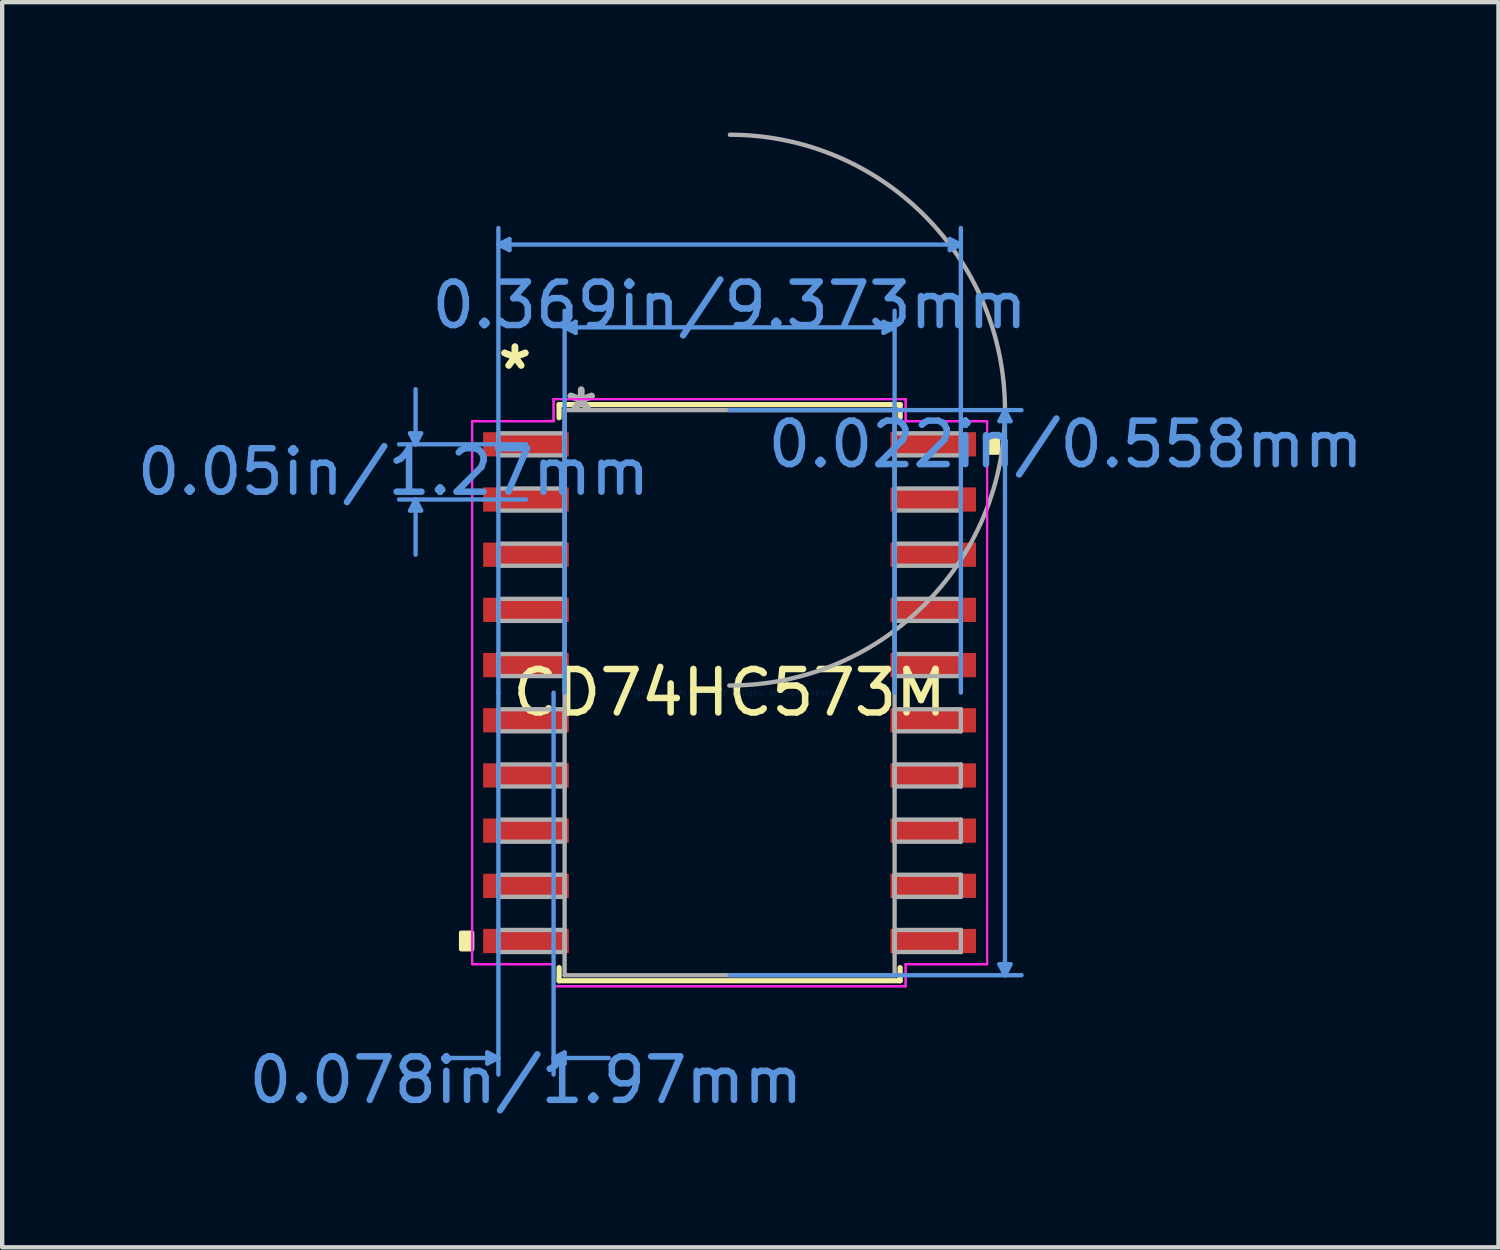
<source format=kicad_pcb>
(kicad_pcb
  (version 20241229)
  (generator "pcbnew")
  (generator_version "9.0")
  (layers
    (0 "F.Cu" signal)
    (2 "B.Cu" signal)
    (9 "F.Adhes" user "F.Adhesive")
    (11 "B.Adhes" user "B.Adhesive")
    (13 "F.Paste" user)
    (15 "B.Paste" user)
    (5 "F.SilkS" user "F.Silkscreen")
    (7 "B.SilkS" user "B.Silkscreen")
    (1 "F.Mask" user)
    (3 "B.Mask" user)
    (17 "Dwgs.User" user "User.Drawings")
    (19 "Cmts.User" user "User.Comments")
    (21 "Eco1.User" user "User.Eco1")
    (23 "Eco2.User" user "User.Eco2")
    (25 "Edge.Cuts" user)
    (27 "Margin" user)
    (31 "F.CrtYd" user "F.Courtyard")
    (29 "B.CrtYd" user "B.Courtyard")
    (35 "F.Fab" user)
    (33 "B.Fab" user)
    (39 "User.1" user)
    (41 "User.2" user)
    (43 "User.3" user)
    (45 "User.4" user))
  (footprint "CD74HC573M"
    (layer "F.Cu")
    (at 13.74 12.89)
    (property "Reference" "CD74HC573M" (at 0 0 0) (layer "F.SilkS") (effects (font (size 1 1) (thickness 0.15))))
    (attr through_hole)
    (fp_line (start -3.924 -6.629) (end -3.924 -6.327) (stroke (width 0.12) (type solid)) (layer "F.SilkS"))
    (fp_line (start -3.924 6.327) (end -3.924 6.629) (stroke (width 0.12) (type solid)) (layer "F.SilkS"))
    (fp_line (start -3.924 6.629) (end 3.924 6.629) (stroke (width 0.12) (type solid)) (layer "F.SilkS"))
    (fp_line (start 3.924 -6.629) (end -3.924 -6.629) (stroke (width 0.12) (type solid)) (layer "F.SilkS"))
    (fp_line (start 3.924 -6.327) (end 3.924 -6.629) (stroke (width 0.12) (type solid)) (layer "F.SilkS"))
    (fp_line (start 3.924 6.629) (end 3.924 6.327) (stroke (width 0.12) (type solid)) (layer "F.SilkS"))
    (fp_poly (pts (xy -6.179 5.524) (xy -6.179 5.905) (xy -5.925 5.905) (xy -5.925 5.524)) (stroke (width 0.1) (type solid)) (fill yes) (layer "F.SilkS"))
    (fp_poly (pts (xy 6.179 -5.905) (xy 6.179 -5.524) (xy 5.925 -5.524) (xy 5.925 -5.905)) (stroke (width 0.1) (type solid)) (fill yes) (layer "F.SilkS"))
    (fp_line (start -7.353 -5.969) (end -7.099 -5.969) (stroke (width 0.1) (type solid)) (layer "Cmts.User"))
    (fp_line (start -7.353 -4.191) (end -7.099 -4.191) (stroke (width 0.1) (type solid)) (layer "Cmts.User"))
    (fp_line (start -7.226 -5.715) (end -7.353 -5.969) (stroke (width 0.1) (type solid)) (layer "Cmts.User"))
    (fp_line (start -7.226 -5.715) (end -7.226 -6.985) (stroke (width 0.1) (type solid)) (layer "Cmts.User"))
    (fp_line (start -7.226 -5.715) (end -7.099 -5.969) (stroke (width 0.1) (type solid)) (layer "Cmts.User"))
    (fp_line (start -7.226 -4.445) (end -7.353 -4.191) (stroke (width 0.1) (type solid)) (layer "Cmts.User"))
    (fp_line (start -7.226 -4.445) (end -7.226 -3.175) (stroke (width 0.1) (type solid)) (layer "Cmts.User"))
    (fp_line (start -7.226 -4.445) (end -7.099 -4.191) (stroke (width 0.1) (type solid)) (layer "Cmts.User"))
    (fp_line (start -5.575 8.28) (end -5.575 8.534) (stroke (width 0.1) (type solid)) (layer "Cmts.User"))
    (fp_line (start -5.321 -10.312) (end -5.067 -10.439) (stroke (width 0.1) (type solid)) (layer "Cmts.User"))
    (fp_line (start -5.321 -10.312) (end -5.067 -10.185) (stroke (width 0.1) (type solid)) (layer "Cmts.User"))
    (fp_line (start -5.321 -10.312) (end 5.321 -10.312) (stroke (width 0.1) (type solid)) (layer "Cmts.User"))
    (fp_line (start -5.321 0) (end -5.321 -10.693) (stroke (width 0.1) (type solid)) (layer "Cmts.User"))
    (fp_line (start -5.321 0) (end -5.321 8.788) (stroke (width 0.1) (type solid)) (layer "Cmts.User"))
    (fp_line (start -5.321 8.407) (end -6.591 8.407) (stroke (width 0.1) (type solid)) (layer "Cmts.User"))
    (fp_line (start -5.321 8.407) (end -5.575 8.28) (stroke (width 0.1) (type solid)) (layer "Cmts.User"))
    (fp_line (start -5.321 8.407) (end -5.575 8.534) (stroke (width 0.1) (type solid)) (layer "Cmts.User"))
    (fp_line (start -5.067 -10.439) (end -5.067 -10.185) (stroke (width 0.1) (type solid)) (layer "Cmts.User"))
    (fp_line (start -4.686 -5.715) (end -7.607 -5.715) (stroke (width 0.1) (type solid)) (layer "Cmts.User"))
    (fp_line (start -4.686 -4.445) (end -7.607 -4.445) (stroke (width 0.1) (type solid)) (layer "Cmts.User"))
    (fp_line (start -4.051 0) (end -4.051 8.788) (stroke (width 0.1) (type solid)) (layer "Cmts.User"))
    (fp_line (start -4.051 8.407) (end -3.797 8.28) (stroke (width 0.1) (type solid)) (layer "Cmts.User"))
    (fp_line (start -4.051 8.407) (end -3.797 8.534) (stroke (width 0.1) (type solid)) (layer "Cmts.User"))
    (fp_line (start -4.051 8.407) (end -2.781 8.407) (stroke (width 0.1) (type solid)) (layer "Cmts.User"))
    (fp_line (start -3.797 -8.407) (end -3.543 -8.534) (stroke (width 0.1) (type solid)) (layer "Cmts.User"))
    (fp_line (start -3.797 -8.407) (end -3.543 -8.28) (stroke (width 0.1) (type solid)) (layer "Cmts.User"))
    (fp_line (start -3.797 -8.407) (end 3.797 -8.407) (stroke (width 0.1) (type solid)) (layer "Cmts.User"))
    (fp_line (start -3.797 0) (end -3.797 -8.788) (stroke (width 0.1) (type solid)) (layer "Cmts.User"))
    (fp_line (start -3.797 8.28) (end -3.797 8.534) (stroke (width 0.1) (type solid)) (layer "Cmts.User"))
    (fp_line (start -3.543 -8.534) (end -3.543 -8.28) (stroke (width 0.1) (type solid)) (layer "Cmts.User"))
    (fp_line (start 0 -6.502) (end 6.718 -6.502) (stroke (width 0.1) (type solid)) (layer "Cmts.User"))
    (fp_line (start 0 6.502) (end 6.718 6.502) (stroke (width 0.1) (type solid)) (layer "Cmts.User"))
    (fp_line (start 3.543 -8.534) (end 3.543 -8.28) (stroke (width 0.1) (type solid)) (layer "Cmts.User"))
    (fp_line (start 3.797 -8.407) (end 3.543 -8.534) (stroke (width 0.1) (type solid)) (layer "Cmts.User"))
    (fp_line (start 3.797 -8.407) (end 3.543 -8.28) (stroke (width 0.1) (type solid)) (layer "Cmts.User"))
    (fp_line (start 3.797 0) (end 3.797 -8.788) (stroke (width 0.1) (type solid)) (layer "Cmts.User"))
    (fp_line (start 5.067 -10.439) (end 5.067 -10.185) (stroke (width 0.1) (type solid)) (layer "Cmts.User"))
    (fp_line (start 5.321 -10.312) (end 5.067 -10.439) (stroke (width 0.1) (type solid)) (layer "Cmts.User"))
    (fp_line (start 5.321 -10.312) (end 5.067 -10.185) (stroke (width 0.1) (type solid)) (layer "Cmts.User"))
    (fp_line (start 5.321 0) (end 5.321 -10.693) (stroke (width 0.1) (type solid)) (layer "Cmts.User"))
    (fp_line (start 6.21 -6.248) (end 6.464 -6.248) (stroke (width 0.1) (type solid)) (layer "Cmts.User"))
    (fp_line (start 6.21 6.248) (end 6.464 6.248) (stroke (width 0.1) (type solid)) (layer "Cmts.User"))
    (fp_line (start 6.337 -6.502) (end 6.21 -6.248) (stroke (width 0.1) (type solid)) (layer "Cmts.User"))
    (fp_line (start 6.337 -6.502) (end 6.337 6.502) (stroke (width 0.1) (type solid)) (layer "Cmts.User"))
    (fp_line (start 6.337 -6.502) (end 6.464 -6.248) (stroke (width 0.1) (type solid)) (layer "Cmts.User"))
    (fp_line (start 6.337 6.502) (end 6.21 6.248) (stroke (width 0.1) (type solid)) (layer "Cmts.User"))
    (fp_line (start 6.337 6.502) (end 6.464 6.248) (stroke (width 0.1) (type solid)) (layer "Cmts.User"))
    (fp_line (start -5.925 -6.248) (end -4.051 -6.248) (stroke (width 0.05) (type solid)) (layer "F.CrtYd"))
    (fp_line (start -5.925 -6.248) (end -4.051 -6.248) (stroke (width 0.05) (type solid)) (layer "F.CrtYd"))
    (fp_line (start -5.925 6.248) (end -5.925 -6.248) (stroke (width 0.05) (type solid)) (layer "F.CrtYd"))
    (fp_line (start -5.925 6.248) (end -5.925 -6.248) (stroke (width 0.05) (type solid)) (layer "F.CrtYd"))
    (fp_line (start -5.925 6.248) (end -4.051 6.248) (stroke (width 0.05) (type solid)) (layer "F.CrtYd"))
    (fp_line (start -4.051 -6.756) (end 4.051 -6.756) (stroke (width 0.05) (type solid)) (layer "F.CrtYd"))
    (fp_line (start -4.051 -6.756) (end 4.051 -6.756) (stroke (width 0.05) (type solid)) (layer "F.CrtYd"))
    (fp_line (start -4.051 -6.248) (end -4.051 -6.756) (stroke (width 0.05) (type solid)) (layer "F.CrtYd"))
    (fp_line (start -4.051 -6.248) (end -4.051 -6.756) (stroke (width 0.05) (type solid)) (layer "F.CrtYd"))
    (fp_line (start -4.051 6.248) (end -5.925 6.248) (stroke (width 0.05) (type solid)) (layer "F.CrtYd"))
    (fp_line (start -4.051 6.756) (end -4.051 6.248) (stroke (width 0.05) (type solid)) (layer "F.CrtYd"))
    (fp_line (start -4.051 6.756) (end -4.051 6.248) (stroke (width 0.05) (type solid)) (layer "F.CrtYd"))
    (fp_line (start 4.051 -6.756) (end 4.051 -6.248) (stroke (width 0.05) (type solid)) (layer "F.CrtYd"))
    (fp_line (start 4.051 -6.756) (end 4.051 -6.248) (stroke (width 0.05) (type solid)) (layer "F.CrtYd"))
    (fp_line (start 4.051 -6.248) (end 5.925 -6.248) (stroke (width 0.05) (type solid)) (layer "F.CrtYd"))
    (fp_line (start 4.051 6.248) (end 4.051 6.756) (stroke (width 0.05) (type solid)) (layer "F.CrtYd"))
    (fp_line (start 4.051 6.248) (end 4.051 6.756) (stroke (width 0.05) (type solid)) (layer "F.CrtYd"))
    (fp_line (start 4.051 6.756) (end -4.051 6.756) (stroke (width 0.05) (type solid)) (layer "F.CrtYd"))
    (fp_line (start 4.051 6.756) (end -4.051 6.756) (stroke (width 0.05) (type solid)) (layer "F.CrtYd"))
    (fp_line (start 5.925 -6.248) (end 4.051 -6.248) (stroke (width 0.05) (type solid)) (layer "F.CrtYd"))
    (fp_line (start 5.925 -6.248) (end 5.925 6.248) (stroke (width 0.05) (type solid)) (layer "F.CrtYd"))
    (fp_line (start 5.925 -6.248) (end 5.925 6.248) (stroke (width 0.05) (type solid)) (layer "F.CrtYd"))
    (fp_line (start 5.925 6.248) (end 4.051 6.248) (stroke (width 0.05) (type solid)) (layer "F.CrtYd"))
    (fp_line (start 5.925 6.248) (end 4.051 6.248) (stroke (width 0.05) (type solid)) (layer "F.CrtYd"))
    (fp_line (start -5.321 -5.969) (end -5.321 -5.461) (stroke (width 0.1) (type solid)) (layer "F.Fab"))
    (fp_line (start -5.321 -5.461) (end -3.797 -5.461) (stroke (width 0.1) (type solid)) (layer "F.Fab"))
    (fp_line (start -5.321 -4.699) (end -5.321 -4.191) (stroke (width 0.1) (type solid)) (layer "F.Fab"))
    (fp_line (start -5.321 -4.191) (end -3.797 -4.191) (stroke (width 0.1) (type solid)) (layer "F.Fab"))
    (fp_line (start -5.321 -3.429) (end -5.321 -2.921) (stroke (width 0.1) (type solid)) (layer "F.Fab"))
    (fp_line (start -5.321 -2.921) (end -3.797 -2.921) (stroke (width 0.1) (type solid)) (layer "F.Fab"))
    (fp_line (start -5.321 -2.159) (end -5.321 -1.651) (stroke (width 0.1) (type solid)) (layer "F.Fab"))
    (fp_line (start -5.321 -1.651) (end -3.797 -1.651) (stroke (width 0.1) (type solid)) (layer "F.Fab"))
    (fp_line (start -5.321 -0.889) (end -5.321 -0.381) (stroke (width 0.1) (type solid)) (layer "F.Fab"))
    (fp_line (start -5.321 -0.381) (end -3.797 -0.381) (stroke (width 0.1) (type solid)) (layer "F.Fab"))
    (fp_line (start -5.321 0.381) (end -5.321 0.889) (stroke (width 0.1) (type solid)) (layer "F.Fab"))
    (fp_line (start -5.321 0.889) (end -3.797 0.889) (stroke (width 0.1) (type solid)) (layer "F.Fab"))
    (fp_line (start -5.321 1.651) (end -5.321 2.159) (stroke (width 0.1) (type solid)) (layer "F.Fab"))
    (fp_line (start -5.321 2.159) (end -3.797 2.159) (stroke (width 0.1) (type solid)) (layer "F.Fab"))
    (fp_line (start -5.321 2.921) (end -5.321 3.429) (stroke (width 0.1) (type solid)) (layer "F.Fab"))
    (fp_line (start -5.321 3.429) (end -3.797 3.429) (stroke (width 0.1) (type solid)) (layer "F.Fab"))
    (fp_line (start -5.321 4.191) (end -5.321 4.699) (stroke (width 0.1) (type solid)) (layer "F.Fab"))
    (fp_line (start -5.321 4.699) (end -3.797 4.699) (stroke (width 0.1) (type solid)) (layer "F.Fab"))
    (fp_line (start -5.321 5.461) (end -5.321 5.969) (stroke (width 0.1) (type solid)) (layer "F.Fab"))
    (fp_line (start -5.321 5.969) (end -3.797 5.969) (stroke (width 0.1) (type solid)) (layer "F.Fab"))
    (fp_line (start -3.797 -6.502) (end -3.797 6.502) (stroke (width 0.1) (type solid)) (layer "F.Fab"))
    (fp_line (start -3.797 -5.969) (end -5.321 -5.969) (stroke (width 0.1) (type solid)) (layer "F.Fab"))
    (fp_line (start -3.797 -5.461) (end -3.797 -5.969) (stroke (width 0.1) (type solid)) (layer "F.Fab"))
    (fp_line (start -3.797 -4.699) (end -5.321 -4.699) (stroke (width 0.1) (type solid)) (layer "F.Fab"))
    (fp_line (start -3.797 -4.191) (end -3.797 -4.699) (stroke (width 0.1) (type solid)) (layer "F.Fab"))
    (fp_line (start -3.797 -3.429) (end -5.321 -3.429) (stroke (width 0.1) (type solid)) (layer "F.Fab"))
    (fp_line (start -3.797 -2.921) (end -3.797 -3.429) (stroke (width 0.1) (type solid)) (layer "F.Fab"))
    (fp_line (start -3.797 -2.159) (end -5.321 -2.159) (stroke (width 0.1) (type solid)) (layer "F.Fab"))
    (fp_line (start -3.797 -1.651) (end -3.797 -2.159) (stroke (width 0.1) (type solid)) (layer "F.Fab"))
    (fp_line (start -3.797 -0.889) (end -5.321 -0.889) (stroke (width 0.1) (type solid)) (layer "F.Fab"))
    (fp_line (start -3.797 -0.381) (end -3.797 -0.889) (stroke (width 0.1) (type solid)) (layer "F.Fab"))
    (fp_line (start -3.797 0.381) (end -5.321 0.381) (stroke (width 0.1) (type solid)) (layer "F.Fab"))
    (fp_line (start -3.797 0.889) (end -3.797 0.381) (stroke (width 0.1) (type solid)) (layer "F.Fab"))
    (fp_line (start -3.797 1.651) (end -5.321 1.651) (stroke (width 0.1) (type solid)) (layer "F.Fab"))
    (fp_line (start -3.797 2.159) (end -3.797 1.651) (stroke (width 0.1) (type solid)) (layer "F.Fab"))
    (fp_line (start -3.797 2.921) (end -5.321 2.921) (stroke (width 0.1) (type solid)) (layer "F.Fab"))
    (fp_line (start -3.797 3.429) (end -3.797 2.921) (stroke (width 0.1) (type solid)) (layer "F.Fab"))
    (fp_line (start -3.797 4.191) (end -5.321 4.191) (stroke (width 0.1) (type solid)) (layer "F.Fab"))
    (fp_line (start -3.797 4.699) (end -3.797 4.191) (stroke (width 0.1) (type solid)) (layer "F.Fab"))
    (fp_line (start -3.797 5.461) (end -5.321 5.461) (stroke (width 0.1) (type solid)) (layer "F.Fab"))
    (fp_line (start -3.797 5.969) (end -3.797 5.461) (stroke (width 0.1) (type solid)) (layer "F.Fab"))
    (fp_line (start -3.797 6.502) (end 3.797 6.502) (stroke (width 0.1) (type solid)) (layer "F.Fab"))
    (fp_line (start 3.797 -6.502) (end -3.797 -6.502) (stroke (width 0.1) (type solid)) (layer "F.Fab"))
    (fp_line (start 3.797 -5.969) (end 3.797 -5.461) (stroke (width 0.1) (type solid)) (layer "F.Fab"))
    (fp_line (start 3.797 -5.461) (end 5.321 -5.461) (stroke (width 0.1) (type solid)) (layer "F.Fab"))
    (fp_line (start 3.797 -4.699) (end 3.797 -4.191) (stroke (width 0.1) (type solid)) (layer "F.Fab"))
    (fp_line (start 3.797 -4.191) (end 5.321 -4.191) (stroke (width 0.1) (type solid)) (layer "F.Fab"))
    (fp_line (start 3.797 -3.429) (end 3.797 -2.921) (stroke (width 0.1) (type solid)) (layer "F.Fab"))
    (fp_line (start 3.797 -2.921) (end 5.321 -2.921) (stroke (width 0.1) (type solid)) (layer "F.Fab"))
    (fp_line (start 3.797 -2.159) (end 3.797 -1.651) (stroke (width 0.1) (type solid)) (layer "F.Fab"))
    (fp_line (start 3.797 -1.651) (end 5.321 -1.651) (stroke (width 0.1) (type solid)) (layer "F.Fab"))
    (fp_line (start 3.797 -0.889) (end 3.797 -0.381) (stroke (width 0.1) (type solid)) (layer "F.Fab"))
    (fp_line (start 3.797 -0.381) (end 5.321 -0.381) (stroke (width 0.1) (type solid)) (layer "F.Fab"))
    (fp_line (start 3.797 0.381) (end 3.797 0.889) (stroke (width 0.1) (type solid)) (layer "F.Fab"))
    (fp_line (start 3.797 0.889) (end 5.321 0.889) (stroke (width 0.1) (type solid)) (layer "F.Fab"))
    (fp_line (start 3.797 1.651) (end 3.797 2.159) (stroke (width 0.1) (type solid)) (layer "F.Fab"))
    (fp_line (start 3.797 2.159) (end 5.321 2.159) (stroke (width 0.1) (type solid)) (layer "F.Fab"))
    (fp_line (start 3.797 2.921) (end 3.797 3.429) (stroke (width 0.1) (type solid)) (layer "F.Fab"))
    (fp_line (start 3.797 3.429) (end 5.321 3.429) (stroke (width 0.1) (type solid)) (layer "F.Fab"))
    (fp_line (start 3.797 4.191) (end 3.797 4.699) (stroke (width 0.1) (type solid)) (layer "F.Fab"))
    (fp_line (start 3.797 4.699) (end 5.321 4.699) (stroke (width 0.1) (type solid)) (layer "F.Fab"))
    (fp_line (start 3.797 5.461) (end 3.797 5.969) (stroke (width 0.1) (type solid)) (layer "F.Fab"))
    (fp_line (start 3.797 5.969) (end 5.321 5.969) (stroke (width 0.1) (type solid)) (layer "F.Fab"))
    (fp_line (start 3.797 6.502) (end 3.797 -6.502) (stroke (width 0.1) (type solid)) (layer "F.Fab"))
    (fp_line (start 5.321 -5.969) (end 3.797 -5.969) (stroke (width 0.1) (type solid)) (layer "F.Fab"))
    (fp_line (start 5.321 -5.461) (end 5.321 -5.969) (stroke (width 0.1) (type solid)) (layer "F.Fab"))
    (fp_line (start 5.321 -4.699) (end 3.797 -4.699) (stroke (width 0.1) (type solid)) (layer "F.Fab"))
    (fp_line (start 5.321 -4.191) (end 5.321 -4.699) (stroke (width 0.1) (type solid)) (layer "F.Fab"))
    (fp_line (start 5.321 -3.429) (end 3.797 -3.429) (stroke (width 0.1) (type solid)) (layer "F.Fab"))
    (fp_line (start 5.321 -2.921) (end 5.321 -3.429) (stroke (width 0.1) (type solid)) (layer "F.Fab"))
    (fp_line (start 5.321 -2.159) (end 3.797 -2.159) (stroke (width 0.1) (type solid)) (layer "F.Fab"))
    (fp_line (start 5.321 -1.651) (end 5.321 -2.159) (stroke (width 0.1) (type solid)) (layer "F.Fab"))
    (fp_line (start 5.321 -0.889) (end 3.797 -0.889) (stroke (width 0.1) (type solid)) (layer "F.Fab"))
    (fp_line (start 5.321 -0.381) (end 5.321 -0.889) (stroke (width 0.1) (type solid)) (layer "F.Fab"))
    (fp_line (start 5.321 0.381) (end 3.797 0.381) (stroke (width 0.1) (type solid)) (layer "F.Fab"))
    (fp_line (start 5.321 0.889) (end 5.321 0.381) (stroke (width 0.1) (type solid)) (layer "F.Fab"))
    (fp_line (start 5.321 1.651) (end 3.797 1.651) (stroke (width 0.1) (type solid)) (layer "F.Fab"))
    (fp_line (start 5.321 2.159) (end 5.321 1.651) (stroke (width 0.1) (type solid)) (layer "F.Fab"))
    (fp_line (start 5.321 2.921) (end 3.797 2.921) (stroke (width 0.1) (type solid)) (layer "F.Fab"))
    (fp_line (start 5.321 3.429) (end 5.321 2.921) (stroke (width 0.1) (type solid)) (layer "F.Fab"))
    (fp_line (start 5.321 4.191) (end 3.797 4.191) (stroke (width 0.1) (type solid)) (layer "F.Fab"))
    (fp_line (start 5.321 4.699) (end 5.321 4.191) (stroke (width 0.1) (type solid)) (layer "F.Fab"))
    (fp_line (start 5.321 5.461) (end 3.797 5.461) (stroke (width 0.1) (type solid)) (layer "F.Fab"))
    (fp_line (start 5.321 5.969) (end 5.321 5.461) (stroke (width 0.1) (type solid)) (layer "F.Fab"))
    (fp_arc (start 0.007742 -12.839639) (mid 6.337239 -6.494658) (end -0.007742 -0.165161) (stroke (width 0.1) (type solid)) (layer "F.Fab"))
    (fp_text user "*" (at -4.94 -7.416 0) (layer "F.SilkS") (effects (font (size 1 1) (thickness 0.15))))
    (fp_text user "*" (at -4.94 -7.416 0) (layer "F.SilkS") (effects (font (size 1 1) (thickness 0.15))))
    (fp_text user "0.05in/1.27mm" (at -7.734 -5.08 0) (layer "Cmts.User") (effects (font (size 1 1) (thickness 0.15))))
    (fp_text user "0.078in/1.97mm" (at -4.686 8.915 0) (layer "Cmts.User") (effects (font (size 1 1) (thickness 0.15))))
    (fp_text user "0.022in/0.558mm" (at 7.734 -5.715 0) (layer "Cmts.User") (effects (font (size 1 1) (thickness 0.15))))
    (fp_text user "Copyright 2021 Accelerated Designs. All rights reserved." (at 0 0 0) (layer "Cmts.User") (effects (font (size 0.127 0.127) (thickness 0.002))))
    (fp_text user "0.369in/9.373mm" (at 0 -8.915 0) (layer "Cmts.User") (effects (font (size 1 1) (thickness 0.15))))
    (fp_text user "*" (at -3.416 -6.426 0) (layer "F.Fab") (effects (font (size 1 1) (thickness 0.15))))
    (fp_text user "*" (at -3.416 -6.426 0) (layer "F.Fab") (effects (font (size 1 1) (thickness 0.15))))
    (pad "1" smd rect (at -4.686 -5.715) (size 1.97 0.558) (layers "F.Cu" "F.Mask" "F.Paste"))
    (pad "2" smd rect (at -4.686 -4.445) (size 1.97 0.558) (layers "F.Cu" "F.Mask" "F.Paste"))
    (pad "3" smd rect (at -4.686 -3.175) (size 1.97 0.558) (layers "F.Cu" "F.Mask" "F.Paste"))
    (pad "4" smd rect (at -4.686 -1.905) (size 1.97 0.558) (layers "F.Cu" "F.Mask" "F.Paste"))
    (pad "5" smd rect (at -4.686 -0.635) (size 1.97 0.558) (layers "F.Cu" "F.Mask" "F.Paste"))
    (pad "6" smd rect (at -4.686 0.635) (size 1.97 0.558) (layers "F.Cu" "F.Mask" "F.Paste"))
    (pad "7" smd rect (at -4.686 1.905) (size 1.97 0.558) (layers "F.Cu" "F.Mask" "F.Paste"))
    (pad "8" smd rect (at -4.686 3.175) (size 1.97 0.558) (layers "F.Cu" "F.Mask" "F.Paste"))
    (pad "9" smd rect (at -4.686 4.445) (size 1.97 0.558) (layers "F.Cu" "F.Mask" "F.Paste"))
    (pad "10" smd rect (at -4.686 5.715) (size 1.97 0.558) (layers "F.Cu" "F.Mask" "F.Paste"))
    (pad "11" smd rect (at 4.686 5.715) (size 1.97 0.558) (layers "F.Cu" "F.Mask" "F.Paste"))
    (pad "12" smd rect (at 4.686 4.445) (size 1.97 0.558) (layers "F.Cu" "F.Mask" "F.Paste"))
    (pad "13" smd rect (at 4.686 3.175) (size 1.97 0.558) (layers "F.Cu" "F.Mask" "F.Paste"))
    (pad "14" smd rect (at 4.686 1.905) (size 1.97 0.558) (layers "F.Cu" "F.Mask" "F.Paste"))
    (pad "15" smd rect (at 4.686 0.635) (size 1.97 0.558) (layers "F.Cu" "F.Mask" "F.Paste"))
    (pad "16" smd rect (at 4.686 -0.635) (size 1.97 0.558) (layers "F.Cu" "F.Mask" "F.Paste"))
    (pad "17" smd rect (at 4.686 -1.905) (size 1.97 0.558) (layers "F.Cu" "F.Mask" "F.Paste"))
    (pad "18" smd rect (at 4.686 -3.175) (size 1.97 0.558) (layers "F.Cu" "F.Mask" "F.Paste"))
    (pad "19" smd rect (at 4.686 -4.445) (size 1.97 0.558) (layers "F.Cu" "F.Mask" "F.Paste"))
    (pad "20" smd rect (at 4.686 -5.715) (size 1.97 0.558) (layers "F.Cu" "F.Mask" "F.Paste")))
  (gr_rect
    (start -3 -3)
    (end 31.433 25.653)
    (stroke (width 0.1) (type default))
    (fill no)
    (layer "Edge.Cuts")))
</source>
